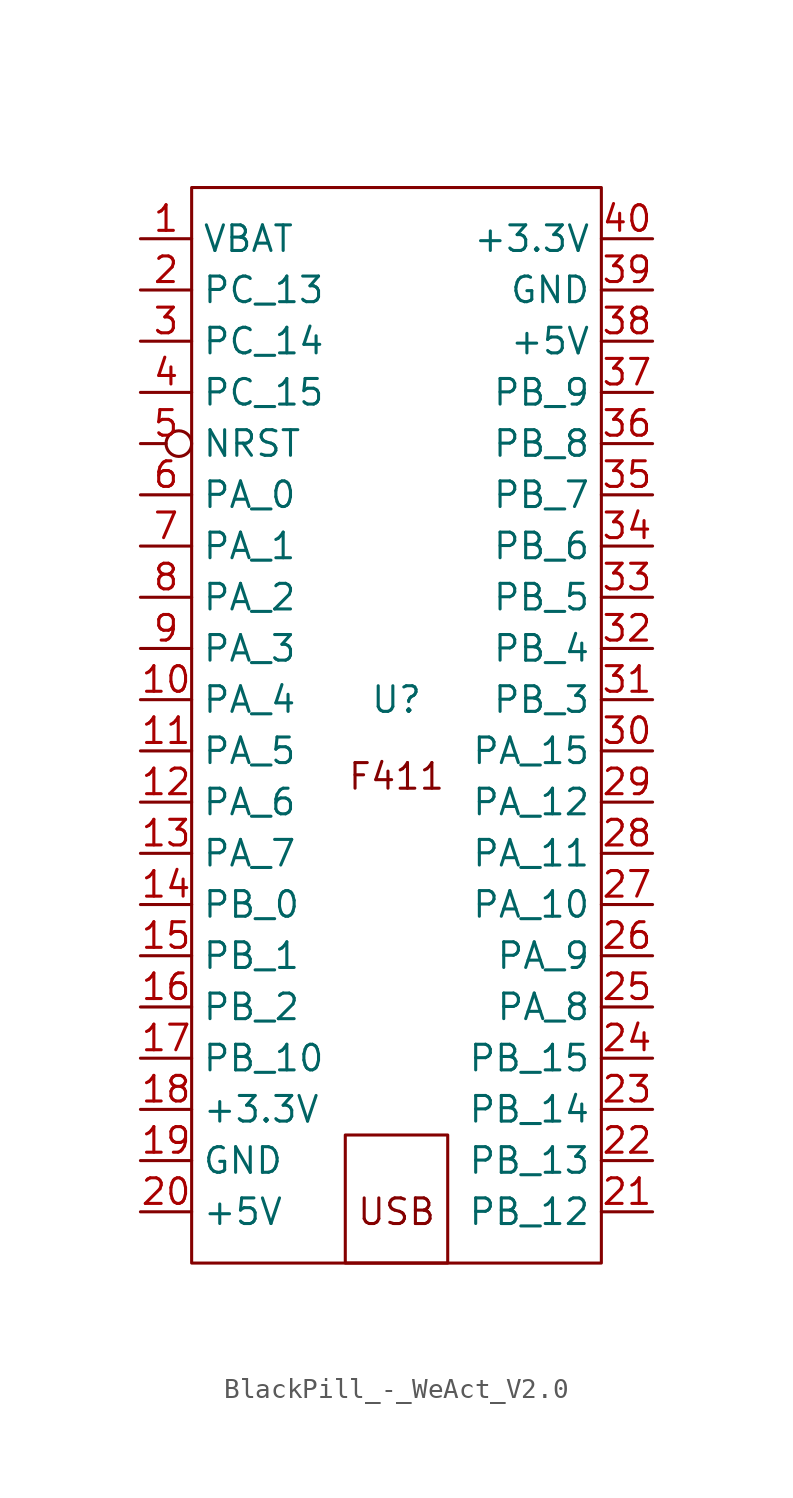
<source format=kicad_sym>
(kicad_symbol_lib
  (version 20220914)
  (generator kicad_symbol_editor)
  (symbol "BlackPill_-_WeAct_V2.0"
    (property "Reference" "U"
      (at 0 0 0)
      (effects (font (size 1.27 1.27))))
    (property "Value" ""
      (at -2.54 1.27 0)
      (effects (font (size 1.27 1.27))))
    (symbol "BlackPill_-_WeAct_V2.0_0_1"
      (rectangle (start -10.16 25.4) (end 10.16 -27.94) (stroke (width 0) (type default)) (fill (type none)))
      (rectangle (start -2.54 -21.59) (end 2.54 -27.94) (stroke (width 0) (type default)) (fill (type none))))
    (symbol "BlackPill_-_WeAct_V2.0_1_1"
      (text "F411" (at 0 -3.81 0) (effects (font (size 1.27 1.27))))
      (text "USB" (at 0 -25.4 0) (effects (font (size 1.27 1.27))))
      (pin input line (at -12.7 22.86 0) (length 2.54) (name "VBAT" (effects (font (size 1.27 1.27)))) (number "1" (effects (font (size 1.27 1.27)))))
      (pin input line (at -12.7 0 0) (length 2.54) (name "PA_4" (effects (font (size 1.27 1.27)))) (number "10" (effects (font (size 1.27 1.27)))))
      (pin input line (at -12.7 -2.54 0) (length 2.54) (name "PA_5" (effects (font (size 1.27 1.27)))) (number "11" (effects (font (size 1.27 1.27)))))
      (pin input line (at -12.7 -5.08 0) (length 2.54) (name "PA_6" (effects (font (size 1.27 1.27)))) (number "12" (effects (font (size 1.27 1.27)))))
      (pin input line (at -12.7 -7.62 0) (length 2.54) (name "PA_7" (effects (font (size 1.27 1.27)))) (number "13" (effects (font (size 1.27 1.27)))))
      (pin input line (at -12.7 -10.16 0) (length 2.54) (name "PB_0" (effects (font (size 1.27 1.27)))) (number "14" (effects (font (size 1.27 1.27)))))
      (pin input line (at -12.7 -12.7 0) (length 2.54) (name "PB_1" (effects (font (size 1.27 1.27)))) (number "15" (effects (font (size 1.27 1.27)))))
      (pin input line (at -12.7 -15.24 0) (length 2.54) (name "PB_2" (effects (font (size 1.27 1.27)))) (number "16" (effects (font (size 1.27 1.27)))))
      (pin input line (at -12.7 -17.78 0) (length 2.54) (name "PB_10" (effects (font (size 1.27 1.27)))) (number "17" (effects (font (size 1.27 1.27)))))
      (pin input line (at -12.7 -20.32 0) (length 2.54) (name "+3.3V" (effects (font (size 1.27 1.27)))) (number "18" (effects (font (size 1.27 1.27)))))
      (pin input line (at -12.7 -22.86 0) (length 2.54) (name "GND" (effects (font (size 1.27 1.27)))) (number "19" (effects (font (size 1.27 1.27)))))
      (pin input line (at -12.7 20.32 0) (length 2.54) (name "PC_13" (effects (font (size 1.27 1.27)))) (number "2" (effects (font (size 1.27 1.27)))))
      (pin input line (at -12.7 -25.4 0) (length 2.54) (name "+5V" (effects (font (size 1.27 1.27)))) (number "20" (effects (font (size 1.27 1.27)))))
      (pin input line (at 12.7 -25.4 180) (length 2.54) (name "PB_12" (effects (font (size 1.27 1.27)))) (number "21" (effects (font (size 1.27 1.27)))))
      (pin input line (at 12.7 -22.86 180) (length 2.54) (name "PB_13" (effects (font (size 1.27 1.27)))) (number "22" (effects (font (size 1.27 1.27)))))
      (pin input line (at 12.7 -20.32 180) (length 2.54) (name "PB_14" (effects (font (size 1.27 1.27)))) (number "23" (effects (font (size 1.27 1.27)))))
      (pin input line (at 12.7 -17.78 180) (length 2.54) (name "PB_15" (effects (font (size 1.27 1.27)))) (number "24" (effects (font (size 1.27 1.27)))))
      (pin input line (at 12.7 -15.24 180) (length 2.54) (name "PA_8" (effects (font (size 1.27 1.27)))) (number "25" (effects (font (size 1.27 1.27)))))
      (pin input line (at 12.7 -12.7 180) (length 2.54) (name "PA_9" (effects (font (size 1.27 1.27)))) (number "26" (effects (font (size 1.27 1.27)))))
      (pin input line (at 12.7 -10.16 180) (length 2.54) (name "PA_10" (effects (font (size 1.27 1.27)))) (number "27" (effects (font (size 1.27 1.27)))))
      (pin input line (at 12.7 -7.62 180) (length 2.54) (name "PA_11" (effects (font (size 1.27 1.27)))) (number "28" (effects (font (size 1.27 1.27)))))
      (pin input line (at 12.7 -5.08 180) (length 2.54) (name "PA_12" (effects (font (size 1.27 1.27)))) (number "29" (effects (font (size 1.27 1.27)))))
      (pin input line (at -12.7 17.78 0) (length 2.54) (name "PC_14" (effects (font (size 1.27 1.27)))) (number "3" (effects (font (size 1.27 1.27)))))
      (pin input line (at 12.7 -2.54 180) (length 2.54) (name "PA_15" (effects (font (size 1.27 1.27)))) (number "30" (effects (font (size 1.27 1.27)))))
      (pin input line (at 12.7 0 180) (length 2.54) (name "PB_3" (effects (font (size 1.27 1.27)))) (number "31" (effects (font (size 1.27 1.27)))))
      (pin input line (at 12.7 2.54 180) (length 2.54) (name "PB_4" (effects (font (size 1.27 1.27)))) (number "32" (effects (font (size 1.27 1.27)))))
      (pin input line (at 12.7 5.08 180) (length 2.54) (name "PB_5" (effects (font (size 1.27 1.27)))) (number "33" (effects (font (size 1.27 1.27)))))
      (pin input line (at 12.7 7.62 180) (length 2.54) (name "PB_6" (effects (font (size 1.27 1.27)))) (number "34" (effects (font (size 1.27 1.27)))))
      (pin input line (at 12.7 10.16 180) (length 2.54) (name "PB_7" (effects (font (size 1.27 1.27)))) (number "35" (effects (font (size 1.27 1.27)))))
      (pin input line (at 12.7 12.7 180) (length 2.54) (name "PB_8" (effects (font (size 1.27 1.27)))) (number "36" (effects (font (size 1.27 1.27)))))
      (pin input line (at 12.7 15.24 180) (length 2.54) (name "PB_9" (effects (font (size 1.27 1.27)))) (number "37" (effects (font (size 1.27 1.27)))))
      (pin input line (at 12.7 17.78 180) (length 2.54) (name "+5V" (effects (font (size 1.27 1.27)))) (number "38" (effects (font (size 1.27 1.27)))))
      (pin input line (at 12.7 20.32 180) (length 2.54) (name "GND" (effects (font (size 1.27 1.27)))) (number "39" (effects (font (size 1.27 1.27)))))
      (pin input line (at -12.7 15.24 0) (length 2.54) (name "PC_15" (effects (font (size 1.27 1.27)))) (number "4" (effects (font (size 1.27 1.27)))))
      (pin input line (at 12.7 22.86 180) (length 2.54) (name "+3.3V" (effects (font (size 1.27 1.27)))) (number "40" (effects (font (size 1.27 1.27)))))
      (pin input inverted (at -12.7 12.7 0) (length 2.54) (name "NRST" (effects (font (size 1.27 1.27)))) (number "5" (effects (font (size 1.27 1.27)))))
      (pin input line (at -12.7 10.16 0) (length 2.54) (name "PA_0" (effects (font (size 1.27 1.27)))) (number "6" (effects (font (size 1.27 1.27)))))
      (pin input line (at -12.7 7.62 0) (length 2.54) (name "PA_1" (effects (font (size 1.27 1.27)))) (number "7" (effects (font (size 1.27 1.27)))))
      (pin input line (at -12.7 5.08 0) (length 2.54) (name "PA_2" (effects (font (size 1.27 1.27)))) (number "8" (effects (font (size 1.27 1.27)))))
      (pin input line (at -12.7 2.54 0) (length 2.54) (name "PA_3" (effects (font (size 1.27 1.27)))) (number "9" (effects (font (size 1.27 1.27))))))))
</source>
